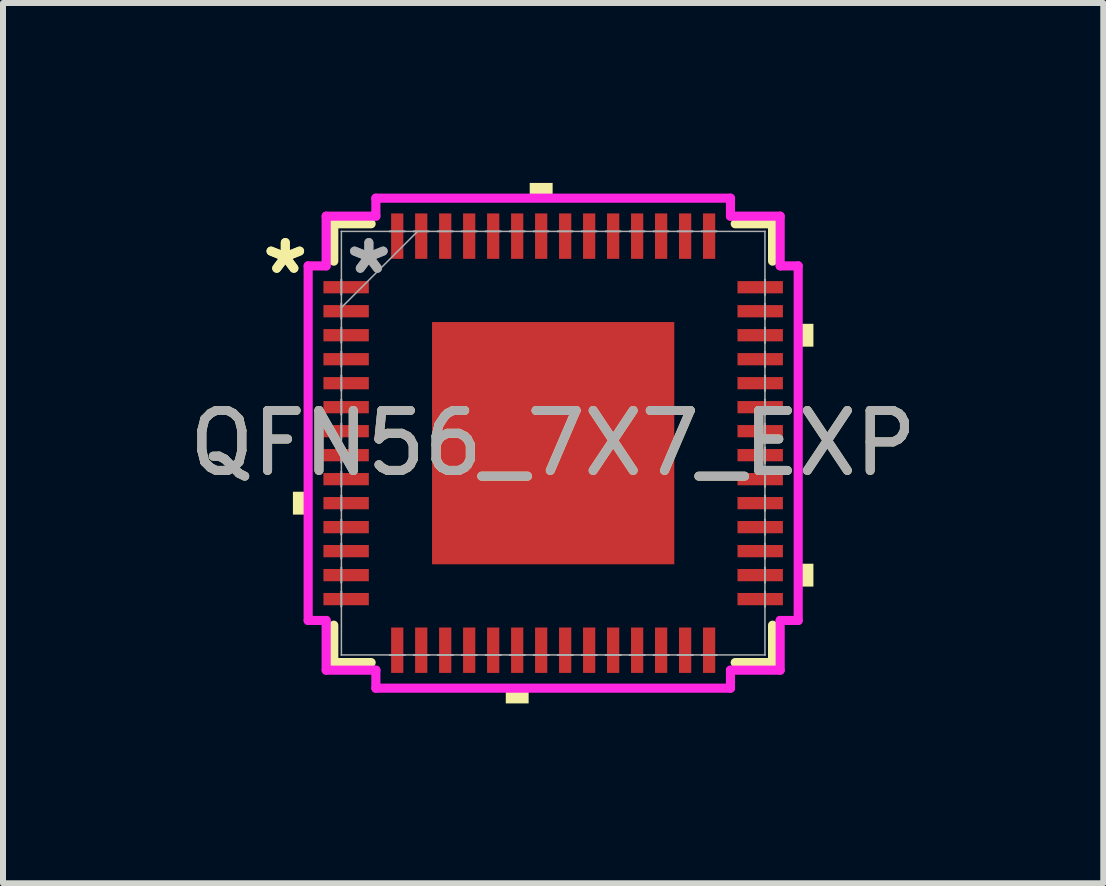
<source format=kicad_pcb>
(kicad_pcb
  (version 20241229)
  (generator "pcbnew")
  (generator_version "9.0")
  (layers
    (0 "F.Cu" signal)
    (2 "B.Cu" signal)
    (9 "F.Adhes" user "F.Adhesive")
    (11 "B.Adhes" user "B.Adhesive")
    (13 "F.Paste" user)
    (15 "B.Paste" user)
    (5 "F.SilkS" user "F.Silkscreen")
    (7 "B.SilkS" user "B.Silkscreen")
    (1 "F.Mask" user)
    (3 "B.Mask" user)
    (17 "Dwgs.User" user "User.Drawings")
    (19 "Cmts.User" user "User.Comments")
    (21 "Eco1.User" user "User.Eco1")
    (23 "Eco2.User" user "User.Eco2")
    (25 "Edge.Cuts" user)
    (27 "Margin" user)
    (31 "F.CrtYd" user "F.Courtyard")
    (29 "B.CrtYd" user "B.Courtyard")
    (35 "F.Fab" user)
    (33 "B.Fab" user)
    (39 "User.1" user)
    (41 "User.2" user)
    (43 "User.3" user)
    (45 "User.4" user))
  (footprint "QFN56_7X7_EXP"
    (layer "F.Cu")
    (at 6.173 4.339)
    (property "Reference" "QFN56_7X7_EXP" (at 0 0 0) (unlocked yes) (layer "F.SilkS") (effects (font (size 1 1) (thickness 0.15))))
    (attr smd)
    (fp_line (start -3.658 -3.658) (end -3.658 -3.035) (stroke (width 0.152) (type solid)) (layer "F.SilkS"))
    (fp_line (start -3.658 3.035) (end -3.658 3.658) (stroke (width 0.152) (type solid)) (layer "F.SilkS"))
    (fp_line (start -3.658 3.658) (end -3.035 3.658) (stroke (width 0.152) (type solid)) (layer "F.SilkS"))
    (fp_line (start -3.035 -3.658) (end -3.658 -3.658) (stroke (width 0.152) (type solid)) (layer "F.SilkS"))
    (fp_line (start 3.035 3.658) (end 3.658 3.658) (stroke (width 0.152) (type solid)) (layer "F.SilkS"))
    (fp_line (start 3.658 -3.658) (end 3.035 -3.658) (stroke (width 0.152) (type solid)) (layer "F.SilkS"))
    (fp_line (start 3.658 -3.035) (end 3.658 -3.658) (stroke (width 0.152) (type solid)) (layer "F.SilkS"))
    (fp_line (start 3.658 3.658) (end 3.658 3.035) (stroke (width 0.152) (type solid)) (layer "F.SilkS"))
    (fp_poly (pts (xy -4.339 0.81) (xy -4.339 1.191) (xy -4.085 1.191) (xy -4.085 0.81)) (stroke (width 0) (type solid)) (fill yes) (layer "F.SilkS"))
    (fp_poly (pts (xy -0.79 4.085) (xy -0.79 4.339) (xy -0.409 4.339) (xy -0.409 4.085)) (stroke (width 0) (type solid)) (fill yes) (layer "F.SilkS"))
    (fp_poly (pts (xy -0.391 -4.085) (xy -0.391 -4.339) (xy -0.009 -4.339) (xy -0.009 -4.085)) (stroke (width 0) (type solid)) (fill yes) (layer "F.SilkS"))
    (fp_poly (pts (xy 4.339 -1.99) (xy 4.339 -1.609) (xy 4.085 -1.609) (xy 4.085 -1.99)) (stroke (width 0) (type solid)) (fill yes) (layer "F.SilkS"))
    (fp_poly (pts (xy 4.339 2.01) (xy 4.339 2.391) (xy 4.085 2.391) (xy 4.085 2.01)) (stroke (width 0) (type solid)) (fill yes) (layer "F.SilkS"))
    (fp_poly (pts (xy -1.919 -1.919) (xy -1.919 -0.773) (xy -0.773 -0.773) (xy -0.773 -1.919)) (stroke (width 0) (type solid)) (fill yes) (layer "F.Paste"))
    (fp_poly (pts (xy -1.919 -0.573) (xy -1.919 0.573) (xy -0.773 0.573) (xy -0.773 -0.573)) (stroke (width 0) (type solid)) (fill yes) (layer "F.Paste"))
    (fp_poly (pts (xy -1.919 0.773) (xy -1.919 1.919) (xy -0.773 1.919) (xy -0.773 0.773)) (stroke (width 0) (type solid)) (fill yes) (layer "F.Paste"))
    (fp_poly (pts (xy -0.573 -1.919) (xy -0.573 -0.773) (xy 0.573 -0.773) (xy 0.573 -1.919)) (stroke (width 0) (type solid)) (fill yes) (layer "F.Paste"))
    (fp_poly (pts (xy -0.573 -0.573) (xy -0.573 0.573) (xy 0.573 0.573) (xy 0.573 -0.573)) (stroke (width 0) (type solid)) (fill yes) (layer "F.Paste"))
    (fp_poly (pts (xy -0.573 0.773) (xy -0.573 1.919) (xy 0.573 1.919) (xy 0.573 0.773)) (stroke (width 0) (type solid)) (fill yes) (layer "F.Paste"))
    (fp_poly (pts (xy 0.773 -1.919) (xy 0.773 -0.773) (xy 1.919 -0.773) (xy 1.919 -1.919)) (stroke (width 0) (type solid)) (fill yes) (layer "F.Paste"))
    (fp_poly (pts (xy 0.773 -0.573) (xy 0.773 0.573) (xy 1.919 0.573) (xy 1.919 -0.573)) (stroke (width 0) (type solid)) (fill yes) (layer "F.Paste"))
    (fp_poly (pts (xy 0.773 0.773) (xy 0.773 1.919) (xy 1.919 1.919) (xy 1.919 0.773)) (stroke (width 0) (type solid)) (fill yes) (layer "F.Paste"))
    (fp_line (start -4.085 -2.956) (end -3.785 -2.956) (stroke (width 0.152) (type solid)) (layer "F.CrtYd"))
    (fp_line (start -4.085 2.956) (end -4.085 -2.956) (stroke (width 0.152) (type solid)) (layer "F.CrtYd"))
    (fp_line (start -3.785 -3.785) (end -2.956 -3.785) (stroke (width 0.152) (type solid)) (layer "F.CrtYd"))
    (fp_line (start -3.785 -2.956) (end -3.785 -3.785) (stroke (width 0.152) (type solid)) (layer "F.CrtYd"))
    (fp_line (start -3.785 2.956) (end -4.085 2.956) (stroke (width 0.152) (type solid)) (layer "F.CrtYd"))
    (fp_line (start -3.785 3.785) (end -3.785 2.956) (stroke (width 0.152) (type solid)) (layer "F.CrtYd"))
    (fp_line (start -2.956 -4.085) (end 2.956 -4.085) (stroke (width 0.152) (type solid)) (layer "F.CrtYd"))
    (fp_line (start -2.956 -3.785) (end -2.956 -4.085) (stroke (width 0.152) (type solid)) (layer "F.CrtYd"))
    (fp_line (start -2.956 3.785) (end -3.785 3.785) (stroke (width 0.152) (type solid)) (layer "F.CrtYd"))
    (fp_line (start -2.956 4.085) (end -2.956 3.785) (stroke (width 0.152) (type solid)) (layer "F.CrtYd"))
    (fp_line (start 2.956 -4.085) (end 2.956 -3.785) (stroke (width 0.152) (type solid)) (layer "F.CrtYd"))
    (fp_line (start 2.956 -3.785) (end 3.785 -3.785) (stroke (width 0.152) (type solid)) (layer "F.CrtYd"))
    (fp_line (start 2.956 3.785) (end 2.956 4.085) (stroke (width 0.152) (type solid)) (layer "F.CrtYd"))
    (fp_line (start 2.956 4.085) (end -2.956 4.085) (stroke (width 0.152) (type solid)) (layer "F.CrtYd"))
    (fp_line (start 3.785 -3.785) (end 3.785 -2.956) (stroke (width 0.152) (type solid)) (layer "F.CrtYd"))
    (fp_line (start 3.785 -2.956) (end 4.085 -2.956) (stroke (width 0.152) (type solid)) (layer "F.CrtYd"))
    (fp_line (start 3.785 2.956) (end 3.785 3.785) (stroke (width 0.152) (type solid)) (layer "F.CrtYd"))
    (fp_line (start 3.785 3.785) (end 2.956 3.785) (stroke (width 0.152) (type solid)) (layer "F.CrtYd"))
    (fp_line (start 4.085 -2.956) (end 4.085 2.956) (stroke (width 0.152) (type solid)) (layer "F.CrtYd"))
    (fp_line (start 4.085 2.956) (end 3.785 2.956) (stroke (width 0.152) (type solid)) (layer "F.CrtYd"))
    (fp_line (start -3.531 -3.531) (end -3.531 -3.531) (stroke (width 0.025) (type solid)) (layer "F.Fab"))
    (fp_line (start -3.531 -3.531) (end -3.531 3.531) (stroke (width 0.025) (type solid)) (layer "F.Fab"))
    (fp_line (start -3.531 -2.727) (end -3.531 -2.727) (stroke (width 0.025) (type solid)) (layer "F.Fab"))
    (fp_line (start -3.531 -2.727) (end -3.531 -2.473) (stroke (width 0.025) (type solid)) (layer "F.Fab"))
    (fp_line (start -3.531 -2.473) (end -3.531 -2.727) (stroke (width 0.025) (type solid)) (layer "F.Fab"))
    (fp_line (start -3.531 -2.473) (end -3.531 -2.473) (stroke (width 0.025) (type solid)) (layer "F.Fab"))
    (fp_line (start -3.531 -2.327) (end -3.531 -2.327) (stroke (width 0.025) (type solid)) (layer "F.Fab"))
    (fp_line (start -3.531 -2.327) (end -3.531 -2.073) (stroke (width 0.025) (type solid)) (layer "F.Fab"))
    (fp_line (start -3.531 -2.261) (end -2.261 -3.531) (stroke (width 0.025) (type solid)) (layer "F.Fab"))
    (fp_line (start -3.531 -2.073) (end -3.531 -2.327) (stroke (width 0.025) (type solid)) (layer "F.Fab"))
    (fp_line (start -3.531 -2.073) (end -3.531 -2.073) (stroke (width 0.025) (type solid)) (layer "F.Fab"))
    (fp_line (start -3.531 -1.927) (end -3.531 -1.927) (stroke (width 0.025) (type solid)) (layer "F.Fab"))
    (fp_line (start -3.531 -1.927) (end -3.531 -1.673) (stroke (width 0.025) (type solid)) (layer "F.Fab"))
    (fp_line (start -3.531 -1.673) (end -3.531 -1.927) (stroke (width 0.025) (type solid)) (layer "F.Fab"))
    (fp_line (start -3.531 -1.673) (end -3.531 -1.673) (stroke (width 0.025) (type solid)) (layer "F.Fab"))
    (fp_line (start -3.531 -1.527) (end -3.531 -1.527) (stroke (width 0.025) (type solid)) (layer "F.Fab"))
    (fp_line (start -3.531 -1.527) (end -3.531 -1.273) (stroke (width 0.025) (type solid)) (layer "F.Fab"))
    (fp_line (start -3.531 -1.273) (end -3.531 -1.527) (stroke (width 0.025) (type solid)) (layer "F.Fab"))
    (fp_line (start -3.531 -1.273) (end -3.531 -1.273) (stroke (width 0.025) (type solid)) (layer "F.Fab"))
    (fp_line (start -3.531 -1.127) (end -3.531 -1.127) (stroke (width 0.025) (type solid)) (layer "F.Fab"))
    (fp_line (start -3.531 -1.127) (end -3.531 -0.873) (stroke (width 0.025) (type solid)) (layer "F.Fab"))
    (fp_line (start -3.531 -0.873) (end -3.531 -1.127) (stroke (width 0.025) (type solid)) (layer "F.Fab"))
    (fp_line (start -3.531 -0.873) (end -3.531 -0.873) (stroke (width 0.025) (type solid)) (layer "F.Fab"))
    (fp_line (start -3.531 -0.727) (end -3.531 -0.727) (stroke (width 0.025) (type solid)) (layer "F.Fab"))
    (fp_line (start -3.531 -0.727) (end -3.531 -0.473) (stroke (width 0.025) (type solid)) (layer "F.Fab"))
    (fp_line (start -3.531 -0.473) (end -3.531 -0.727) (stroke (width 0.025) (type solid)) (layer "F.Fab"))
    (fp_line (start -3.531 -0.473) (end -3.531 -0.473) (stroke (width 0.025) (type solid)) (layer "F.Fab"))
    (fp_line (start -3.531 -0.327) (end -3.531 -0.327) (stroke (width 0.025) (type solid)) (layer "F.Fab"))
    (fp_line (start -3.531 -0.327) (end -3.531 -0.073) (stroke (width 0.025) (type solid)) (layer "F.Fab"))
    (fp_line (start -3.531 -0.073) (end -3.531 -0.327) (stroke (width 0.025) (type solid)) (layer "F.Fab"))
    (fp_line (start -3.531 -0.073) (end -3.531 -0.073) (stroke (width 0.025) (type solid)) (layer "F.Fab"))
    (fp_line (start -3.531 0.073) (end -3.531 0.073) (stroke (width 0.025) (type solid)) (layer "F.Fab"))
    (fp_line (start -3.531 0.073) (end -3.531 0.327) (stroke (width 0.025) (type solid)) (layer "F.Fab"))
    (fp_line (start -3.531 0.327) (end -3.531 0.073) (stroke (width 0.025) (type solid)) (layer "F.Fab"))
    (fp_line (start -3.531 0.327) (end -3.531 0.327) (stroke (width 0.025) (type solid)) (layer "F.Fab"))
    (fp_line (start -3.531 0.473) (end -3.531 0.473) (stroke (width 0.025) (type solid)) (layer "F.Fab"))
    (fp_line (start -3.531 0.473) (end -3.531 0.727) (stroke (width 0.025) (type solid)) (layer "F.Fab"))
    (fp_line (start -3.531 0.727) (end -3.531 0.473) (stroke (width 0.025) (type solid)) (layer "F.Fab"))
    (fp_line (start -3.531 0.727) (end -3.531 0.727) (stroke (width 0.025) (type solid)) (layer "F.Fab"))
    (fp_line (start -3.531 0.873) (end -3.531 0.873) (stroke (width 0.025) (type solid)) (layer "F.Fab"))
    (fp_line (start -3.531 0.873) (end -3.531 1.127) (stroke (width 0.025) (type solid)) (layer "F.Fab"))
    (fp_line (start -3.531 1.127) (end -3.531 0.873) (stroke (width 0.025) (type solid)) (layer "F.Fab"))
    (fp_line (start -3.531 1.127) (end -3.531 1.127) (stroke (width 0.025) (type solid)) (layer "F.Fab"))
    (fp_line (start -3.531 1.273) (end -3.531 1.273) (stroke (width 0.025) (type solid)) (layer "F.Fab"))
    (fp_line (start -3.531 1.273) (end -3.531 1.527) (stroke (width 0.025) (type solid)) (layer "F.Fab"))
    (fp_line (start -3.531 1.527) (end -3.531 1.273) (stroke (width 0.025) (type solid)) (layer "F.Fab"))
    (fp_line (start -3.531 1.527) (end -3.531 1.527) (stroke (width 0.025) (type solid)) (layer "F.Fab"))
    (fp_line (start -3.531 1.673) (end -3.531 1.673) (stroke (width 0.025) (type solid)) (layer "F.Fab"))
    (fp_line (start -3.531 1.673) (end -3.531 1.927) (stroke (width 0.025) (type solid)) (layer "F.Fab"))
    (fp_line (start -3.531 1.927) (end -3.531 1.673) (stroke (width 0.025) (type solid)) (layer "F.Fab"))
    (fp_line (start -3.531 1.927) (end -3.531 1.927) (stroke (width 0.025) (type solid)) (layer "F.Fab"))
    (fp_line (start -3.531 2.073) (end -3.531 2.073) (stroke (width 0.025) (type solid)) (layer "F.Fab"))
    (fp_line (start -3.531 2.073) (end -3.531 2.327) (stroke (width 0.025) (type solid)) (layer "F.Fab"))
    (fp_line (start -3.531 2.327) (end -3.531 2.073) (stroke (width 0.025) (type solid)) (layer "F.Fab"))
    (fp_line (start -3.531 2.327) (end -3.531 2.327) (stroke (width 0.025) (type solid)) (layer "F.Fab"))
    (fp_line (start -3.531 2.473) (end -3.531 2.473) (stroke (width 0.025) (type solid)) (layer "F.Fab"))
    (fp_line (start -3.531 2.473) (end -3.531 2.727) (stroke (width 0.025) (type solid)) (layer "F.Fab"))
    (fp_line (start -3.531 2.727) (end -3.531 2.473) (stroke (width 0.025) (type solid)) (layer "F.Fab"))
    (fp_line (start -3.531 2.727) (end -3.531 2.727) (stroke (width 0.025) (type solid)) (layer "F.Fab"))
    (fp_line (start -3.531 3.531) (end -3.531 3.531) (stroke (width 0.025) (type solid)) (layer "F.Fab"))
    (fp_line (start -3.531 3.531) (end 3.531 3.531) (stroke (width 0.025) (type solid)) (layer "F.Fab"))
    (fp_line (start -2.727 -3.531) (end -2.727 -3.531) (stroke (width 0.025) (type solid)) (layer "F.Fab"))
    (fp_line (start -2.727 -3.531) (end -2.473 -3.531) (stroke (width 0.025) (type solid)) (layer "F.Fab"))
    (fp_line (start -2.727 3.531) (end -2.727 3.531) (stroke (width 0.025) (type solid)) (layer "F.Fab"))
    (fp_line (start -2.727 3.531) (end -2.473 3.531) (stroke (width 0.025) (type solid)) (layer "F.Fab"))
    (fp_line (start -2.473 -3.531) (end -2.727 -3.531) (stroke (width 0.025) (type solid)) (layer "F.Fab"))
    (fp_line (start -2.473 -3.531) (end -2.473 -3.531) (stroke (width 0.025) (type solid)) (layer "F.Fab"))
    (fp_line (start -2.473 3.531) (end -2.727 3.531) (stroke (width 0.025) (type solid)) (layer "F.Fab"))
    (fp_line (start -2.473 3.531) (end -2.473 3.531) (stroke (width 0.025) (type solid)) (layer "F.Fab"))
    (fp_line (start -2.327 -3.531) (end -2.327 -3.531) (stroke (width 0.025) (type solid)) (layer "F.Fab"))
    (fp_line (start -2.327 -3.531) (end -2.073 -3.531) (stroke (width 0.025) (type solid)) (layer "F.Fab"))
    (fp_line (start -2.327 3.531) (end -2.327 3.531) (stroke (width 0.025) (type solid)) (layer "F.Fab"))
    (fp_line (start -2.327 3.531) (end -2.073 3.531) (stroke (width 0.025) (type solid)) (layer "F.Fab"))
    (fp_line (start -2.073 -3.531) (end -2.327 -3.531) (stroke (width 0.025) (type solid)) (layer "F.Fab"))
    (fp_line (start -2.073 -3.531) (end -2.073 -3.531) (stroke (width 0.025) (type solid)) (layer "F.Fab"))
    (fp_line (start -2.073 3.531) (end -2.327 3.531) (stroke (width 0.025) (type solid)) (layer "F.Fab"))
    (fp_line (start -2.073 3.531) (end -2.073 3.531) (stroke (width 0.025) (type solid)) (layer "F.Fab"))
    (fp_line (start -1.927 -3.531) (end -1.927 -3.531) (stroke (width 0.025) (type solid)) (layer "F.Fab"))
    (fp_line (start -1.927 -3.531) (end -1.673 -3.531) (stroke (width 0.025) (type solid)) (layer "F.Fab"))
    (fp_line (start -1.927 3.531) (end -1.927 3.531) (stroke (width 0.025) (type solid)) (layer "F.Fab"))
    (fp_line (start -1.927 3.531) (end -1.673 3.531) (stroke (width 0.025) (type solid)) (layer "F.Fab"))
    (fp_line (start -1.673 -3.531) (end -1.927 -3.531) (stroke (width 0.025) (type solid)) (layer "F.Fab"))
    (fp_line (start -1.673 -3.531) (end -1.673 -3.531) (stroke (width 0.025) (type solid)) (layer "F.Fab"))
    (fp_line (start -1.673 3.531) (end -1.927 3.531) (stroke (width 0.025) (type solid)) (layer "F.Fab"))
    (fp_line (start -1.673 3.531) (end -1.673 3.531) (stroke (width 0.025) (type solid)) (layer "F.Fab"))
    (fp_line (start -1.527 -3.531) (end -1.527 -3.531) (stroke (width 0.025) (type solid)) (layer "F.Fab"))
    (fp_line (start -1.527 -3.531) (end -1.273 -3.531) (stroke (width 0.025) (type solid)) (layer "F.Fab"))
    (fp_line (start -1.527 3.531) (end -1.527 3.531) (stroke (width 0.025) (type solid)) (layer "F.Fab"))
    (fp_line (start -1.527 3.531) (end -1.273 3.531) (stroke (width 0.025) (type solid)) (layer "F.Fab"))
    (fp_line (start -1.273 -3.531) (end -1.527 -3.531) (stroke (width 0.025) (type solid)) (layer "F.Fab"))
    (fp_line (start -1.273 -3.531) (end -1.273 -3.531) (stroke (width 0.025) (type solid)) (layer "F.Fab"))
    (fp_line (start -1.273 3.531) (end -1.527 3.531) (stroke (width 0.025) (type solid)) (layer "F.Fab"))
    (fp_line (start -1.273 3.531) (end -1.273 3.531) (stroke (width 0.025) (type solid)) (layer "F.Fab"))
    (fp_line (start -1.127 -3.531) (end -1.127 -3.531) (stroke (width 0.025) (type solid)) (layer "F.Fab"))
    (fp_line (start -1.127 -3.531) (end -0.873 -3.531) (stroke (width 0.025) (type solid)) (layer "F.Fab"))
    (fp_line (start -1.127 3.531) (end -1.127 3.531) (stroke (width 0.025) (type solid)) (layer "F.Fab"))
    (fp_line (start -1.127 3.531) (end -0.873 3.531) (stroke (width 0.025) (type solid)) (layer "F.Fab"))
    (fp_line (start -0.873 -3.531) (end -1.127 -3.531) (stroke (width 0.025) (type solid)) (layer "F.Fab"))
    (fp_line (start -0.873 -3.531) (end -0.873 -3.531) (stroke (width 0.025) (type solid)) (layer "F.Fab"))
    (fp_line (start -0.873 3.531) (end -1.127 3.531) (stroke (width 0.025) (type solid)) (layer "F.Fab"))
    (fp_line (start -0.873 3.531) (end -0.873 3.531) (stroke (width 0.025) (type solid)) (layer "F.Fab"))
    (fp_line (start -0.727 -3.531) (end -0.727 -3.531) (stroke (width 0.025) (type solid)) (layer "F.Fab"))
    (fp_line (start -0.727 -3.531) (end -0.473 -3.531) (stroke (width 0.025) (type solid)) (layer "F.Fab"))
    (fp_line (start -0.727 3.531) (end -0.727 3.531) (stroke (width 0.025) (type solid)) (layer "F.Fab"))
    (fp_line (start -0.727 3.531) (end -0.473 3.531) (stroke (width 0.025) (type solid)) (layer "F.Fab"))
    (fp_line (start -0.473 -3.531) (end -0.727 -3.531) (stroke (width 0.025) (type solid)) (layer "F.Fab"))
    (fp_line (start -0.473 -3.531) (end -0.473 -3.531) (stroke (width 0.025) (type solid)) (layer "F.Fab"))
    (fp_line (start -0.473 3.531) (end -0.727 3.531) (stroke (width 0.025) (type solid)) (layer "F.Fab"))
    (fp_line (start -0.473 3.531) (end -0.473 3.531) (stroke (width 0.025) (type solid)) (layer "F.Fab"))
    (fp_line (start -0.327 -3.531) (end -0.327 -3.531) (stroke (width 0.025) (type solid)) (layer "F.Fab"))
    (fp_line (start -0.327 -3.531) (end -0.073 -3.531) (stroke (width 0.025) (type solid)) (layer "F.Fab"))
    (fp_line (start -0.327 3.531) (end -0.327 3.531) (stroke (width 0.025) (type solid)) (layer "F.Fab"))
    (fp_line (start -0.327 3.531) (end -0.073 3.531) (stroke (width 0.025) (type solid)) (layer "F.Fab"))
    (fp_line (start -0.073 -3.531) (end -0.327 -3.531) (stroke (width 0.025) (type solid)) (layer "F.Fab"))
    (fp_line (start -0.073 -3.531) (end -0.073 -3.531) (stroke (width 0.025) (type solid)) (layer "F.Fab"))
    (fp_line (start -0.073 3.531) (end -0.327 3.531) (stroke (width 0.025) (type solid)) (layer "F.Fab"))
    (fp_line (start -0.073 3.531) (end -0.073 3.531) (stroke (width 0.025) (type solid)) (layer "F.Fab"))
    (fp_line (start 0.073 -3.531) (end 0.073 -3.531) (stroke (width 0.025) (type solid)) (layer "F.Fab"))
    (fp_line (start 0.073 -3.531) (end 0.327 -3.531) (stroke (width 0.025) (type solid)) (layer "F.Fab"))
    (fp_line (start 0.073 3.531) (end 0.073 3.531) (stroke (width 0.025) (type solid)) (layer "F.Fab"))
    (fp_line (start 0.073 3.531) (end 0.327 3.531) (stroke (width 0.025) (type solid)) (layer "F.Fab"))
    (fp_line (start 0.327 -3.531) (end 0.073 -3.531) (stroke (width 0.025) (type solid)) (layer "F.Fab"))
    (fp_line (start 0.327 -3.531) (end 0.327 -3.531) (stroke (width 0.025) (type solid)) (layer "F.Fab"))
    (fp_line (start 0.327 3.531) (end 0.073 3.531) (stroke (width 0.025) (type solid)) (layer "F.Fab"))
    (fp_line (start 0.327 3.531) (end 0.327 3.531) (stroke (width 0.025) (type solid)) (layer "F.Fab"))
    (fp_line (start 0.473 -3.531) (end 0.473 -3.531) (stroke (width 0.025) (type solid)) (layer "F.Fab"))
    (fp_line (start 0.473 -3.531) (end 0.727 -3.531) (stroke (width 0.025) (type solid)) (layer "F.Fab"))
    (fp_line (start 0.473 3.531) (end 0.473 3.531) (stroke (width 0.025) (type solid)) (layer "F.Fab"))
    (fp_line (start 0.473 3.531) (end 0.727 3.531) (stroke (width 0.025) (type solid)) (layer "F.Fab"))
    (fp_line (start 0.727 -3.531) (end 0.473 -3.531) (stroke (width 0.025) (type solid)) (layer "F.Fab"))
    (fp_line (start 0.727 -3.531) (end 0.727 -3.531) (stroke (width 0.025) (type solid)) (layer "F.Fab"))
    (fp_line (start 0.727 3.531) (end 0.473 3.531) (stroke (width 0.025) (type solid)) (layer "F.Fab"))
    (fp_line (start 0.727 3.531) (end 0.727 3.531) (stroke (width 0.025) (type solid)) (layer "F.Fab"))
    (fp_line (start 0.873 -3.531) (end 0.873 -3.531) (stroke (width 0.025) (type solid)) (layer "F.Fab"))
    (fp_line (start 0.873 -3.531) (end 1.127 -3.531) (stroke (width 0.025) (type solid)) (layer "F.Fab"))
    (fp_line (start 0.873 3.531) (end 0.873 3.531) (stroke (width 0.025) (type solid)) (layer "F.Fab"))
    (fp_line (start 0.873 3.531) (end 1.127 3.531) (stroke (width 0.025) (type solid)) (layer "F.Fab"))
    (fp_line (start 1.127 -3.531) (end 0.873 -3.531) (stroke (width 0.025) (type solid)) (layer "F.Fab"))
    (fp_line (start 1.127 -3.531) (end 1.127 -3.531) (stroke (width 0.025) (type solid)) (layer "F.Fab"))
    (fp_line (start 1.127 3.531) (end 0.873 3.531) (stroke (width 0.025) (type solid)) (layer "F.Fab"))
    (fp_line (start 1.127 3.531) (end 1.127 3.531) (stroke (width 0.025) (type solid)) (layer "F.Fab"))
    (fp_line (start 1.273 -3.531) (end 1.273 -3.531) (stroke (width 0.025) (type solid)) (layer "F.Fab"))
    (fp_line (start 1.273 -3.531) (end 1.527 -3.531) (stroke (width 0.025) (type solid)) (layer "F.Fab"))
    (fp_line (start 1.273 3.531) (end 1.273 3.531) (stroke (width 0.025) (type solid)) (layer "F.Fab"))
    (fp_line (start 1.273 3.531) (end 1.527 3.531) (stroke (width 0.025) (type solid)) (layer "F.Fab"))
    (fp_line (start 1.527 -3.531) (end 1.273 -3.531) (stroke (width 0.025) (type solid)) (layer "F.Fab"))
    (fp_line (start 1.527 -3.531) (end 1.527 -3.531) (stroke (width 0.025) (type solid)) (layer "F.Fab"))
    (fp_line (start 1.527 3.531) (end 1.273 3.531) (stroke (width 0.025) (type solid)) (layer "F.Fab"))
    (fp_line (start 1.527 3.531) (end 1.527 3.531) (stroke (width 0.025) (type solid)) (layer "F.Fab"))
    (fp_line (start 1.673 -3.531) (end 1.673 -3.531) (stroke (width 0.025) (type solid)) (layer "F.Fab"))
    (fp_line (start 1.673 -3.531) (end 1.927 -3.531) (stroke (width 0.025) (type solid)) (layer "F.Fab"))
    (fp_line (start 1.673 3.531) (end 1.673 3.531) (stroke (width 0.025) (type solid)) (layer "F.Fab"))
    (fp_line (start 1.673 3.531) (end 1.927 3.531) (stroke (width 0.025) (type solid)) (layer "F.Fab"))
    (fp_line (start 1.927 -3.531) (end 1.673 -3.531) (stroke (width 0.025) (type solid)) (layer "F.Fab"))
    (fp_line (start 1.927 -3.531) (end 1.927 -3.531) (stroke (width 0.025) (type solid)) (layer "F.Fab"))
    (fp_line (start 1.927 3.531) (end 1.673 3.531) (stroke (width 0.025) (type solid)) (layer "F.Fab"))
    (fp_line (start 1.927 3.531) (end 1.927 3.531) (stroke (width 0.025) (type solid)) (layer "F.Fab"))
    (fp_line (start 2.073 -3.531) (end 2.073 -3.531) (stroke (width 0.025) (type solid)) (layer "F.Fab"))
    (fp_line (start 2.073 -3.531) (end 2.327 -3.531) (stroke (width 0.025) (type solid)) (layer "F.Fab"))
    (fp_line (start 2.073 3.531) (end 2.073 3.531) (stroke (width 0.025) (type solid)) (layer "F.Fab"))
    (fp_line (start 2.073 3.531) (end 2.327 3.531) (stroke (width 0.025) (type solid)) (layer "F.Fab"))
    (fp_line (start 2.327 -3.531) (end 2.073 -3.531) (stroke (width 0.025) (type solid)) (layer "F.Fab"))
    (fp_line (start 2.327 -3.531) (end 2.327 -3.531) (stroke (width 0.025) (type solid)) (layer "F.Fab"))
    (fp_line (start 2.327 3.531) (end 2.073 3.531) (stroke (width 0.025) (type solid)) (layer "F.Fab"))
    (fp_line (start 2.327 3.531) (end 2.327 3.531) (stroke (width 0.025) (type solid)) (layer "F.Fab"))
    (fp_line (start 2.473 -3.531) (end 2.473 -3.531) (stroke (width 0.025) (type solid)) (layer "F.Fab"))
    (fp_line (start 2.473 -3.531) (end 2.727 -3.531) (stroke (width 0.025) (type solid)) (layer "F.Fab"))
    (fp_line (start 2.473 3.531) (end 2.473 3.531) (stroke (width 0.025) (type solid)) (layer "F.Fab"))
    (fp_line (start 2.473 3.531) (end 2.727 3.531) (stroke (width 0.025) (type solid)) (layer "F.Fab"))
    (fp_line (start 2.727 -3.531) (end 2.473 -3.531) (stroke (width 0.025) (type solid)) (layer "F.Fab"))
    (fp_line (start 2.727 -3.531) (end 2.727 -3.531) (stroke (width 0.025) (type solid)) (layer "F.Fab"))
    (fp_line (start 2.727 3.531) (end 2.473 3.531) (stroke (width 0.025) (type solid)) (layer "F.Fab"))
    (fp_line (start 2.727 3.531) (end 2.727 3.531) (stroke (width 0.025) (type solid)) (layer "F.Fab"))
    (fp_line (start 3.531 -3.531) (end -3.531 -3.531) (stroke (width 0.025) (type solid)) (layer "F.Fab"))
    (fp_line (start 3.531 -3.531) (end 3.531 -3.531) (stroke (width 0.025) (type solid)) (layer "F.Fab"))
    (fp_line (start 3.531 -2.727) (end 3.531 -2.727) (stroke (width 0.025) (type solid)) (layer "F.Fab"))
    (fp_line (start 3.531 -2.727) (end 3.531 -2.473) (stroke (width 0.025) (type solid)) (layer "F.Fab"))
    (fp_line (start 3.531 -2.473) (end 3.531 -2.727) (stroke (width 0.025) (type solid)) (layer "F.Fab"))
    (fp_line (start 3.531 -2.473) (end 3.531 -2.473) (stroke (width 0.025) (type solid)) (layer "F.Fab"))
    (fp_line (start 3.531 -2.327) (end 3.531 -2.327) (stroke (width 0.025) (type solid)) (layer "F.Fab"))
    (fp_line (start 3.531 -2.327) (end 3.531 -2.073) (stroke (width 0.025) (type solid)) (layer "F.Fab"))
    (fp_line (start 3.531 -2.073) (end 3.531 -2.327) (stroke (width 0.025) (type solid)) (layer "F.Fab"))
    (fp_line (start 3.531 -2.073) (end 3.531 -2.073) (stroke (width 0.025) (type solid)) (layer "F.Fab"))
    (fp_line (start 3.531 -1.927) (end 3.531 -1.927) (stroke (width 0.025) (type solid)) (layer "F.Fab"))
    (fp_line (start 3.531 -1.927) (end 3.531 -1.673) (stroke (width 0.025) (type solid)) (layer "F.Fab"))
    (fp_line (start 3.531 -1.673) (end 3.531 -1.927) (stroke (width 0.025) (type solid)) (layer "F.Fab"))
    (fp_line (start 3.531 -1.673) (end 3.531 -1.673) (stroke (width 0.025) (type solid)) (layer "F.Fab"))
    (fp_line (start 3.531 -1.527) (end 3.531 -1.527) (stroke (width 0.025) (type solid)) (layer "F.Fab"))
    (fp_line (start 3.531 -1.527) (end 3.531 -1.273) (stroke (width 0.025) (type solid)) (layer "F.Fab"))
    (fp_line (start 3.531 -1.273) (end 3.531 -1.527) (stroke (width 0.025) (type solid)) (layer "F.Fab"))
    (fp_line (start 3.531 -1.273) (end 3.531 -1.273) (stroke (width 0.025) (type solid)) (layer "F.Fab"))
    (fp_line (start 3.531 -1.127) (end 3.531 -1.127) (stroke (width 0.025) (type solid)) (layer "F.Fab"))
    (fp_line (start 3.531 -1.127) (end 3.531 -0.873) (stroke (width 0.025) (type solid)) (layer "F.Fab"))
    (fp_line (start 3.531 -0.873) (end 3.531 -1.127) (stroke (width 0.025) (type solid)) (layer "F.Fab"))
    (fp_line (start 3.531 -0.873) (end 3.531 -0.873) (stroke (width 0.025) (type solid)) (layer "F.Fab"))
    (fp_line (start 3.531 -0.727) (end 3.531 -0.727) (stroke (width 0.025) (type solid)) (layer "F.Fab"))
    (fp_line (start 3.531 -0.727) (end 3.531 -0.473) (stroke (width 0.025) (type solid)) (layer "F.Fab"))
    (fp_line (start 3.531 -0.473) (end 3.531 -0.727) (stroke (width 0.025) (type solid)) (layer "F.Fab"))
    (fp_line (start 3.531 -0.473) (end 3.531 -0.473) (stroke (width 0.025) (type solid)) (layer "F.Fab"))
    (fp_line (start 3.531 -0.327) (end 3.531 -0.327) (stroke (width 0.025) (type solid)) (layer "F.Fab"))
    (fp_line (start 3.531 -0.327) (end 3.531 -0.073) (stroke (width 0.025) (type solid)) (layer "F.Fab"))
    (fp_line (start 3.531 -0.073) (end 3.531 -0.327) (stroke (width 0.025) (type solid)) (layer "F.Fab"))
    (fp_line (start 3.531 -0.073) (end 3.531 -0.073) (stroke (width 0.025) (type solid)) (layer "F.Fab"))
    (fp_line (start 3.531 0.073) (end 3.531 0.073) (stroke (width 0.025) (type solid)) (layer "F.Fab"))
    (fp_line (start 3.531 0.073) (end 3.531 0.327) (stroke (width 0.025) (type solid)) (layer "F.Fab"))
    (fp_line (start 3.531 0.327) (end 3.531 0.073) (stroke (width 0.025) (type solid)) (layer "F.Fab"))
    (fp_line (start 3.531 0.327) (end 3.531 0.327) (stroke (width 0.025) (type solid)) (layer "F.Fab"))
    (fp_line (start 3.531 0.473) (end 3.531 0.473) (stroke (width 0.025) (type solid)) (layer "F.Fab"))
    (fp_line (start 3.531 0.473) (end 3.531 0.727) (stroke (width 0.025) (type solid)) (layer "F.Fab"))
    (fp_line (start 3.531 0.727) (end 3.531 0.473) (stroke (width 0.025) (type solid)) (layer "F.Fab"))
    (fp_line (start 3.531 0.727) (end 3.531 0.727) (stroke (width 0.025) (type solid)) (layer "F.Fab"))
    (fp_line (start 3.531 0.873) (end 3.531 0.873) (stroke (width 0.025) (type solid)) (layer "F.Fab"))
    (fp_line (start 3.531 0.873) (end 3.531 1.127) (stroke (width 0.025) (type solid)) (layer "F.Fab"))
    (fp_line (start 3.531 1.127) (end 3.531 0.873) (stroke (width 0.025) (type solid)) (layer "F.Fab"))
    (fp_line (start 3.531 1.127) (end 3.531 1.127) (stroke (width 0.025) (type solid)) (layer "F.Fab"))
    (fp_line (start 3.531 1.273) (end 3.531 1.273) (stroke (width 0.025) (type solid)) (layer "F.Fab"))
    (fp_line (start 3.531 1.273) (end 3.531 1.527) (stroke (width 0.025) (type solid)) (layer "F.Fab"))
    (fp_line (start 3.531 1.527) (end 3.531 1.273) (stroke (width 0.025) (type solid)) (layer "F.Fab"))
    (fp_line (start 3.531 1.527) (end 3.531 1.527) (stroke (width 0.025) (type solid)) (layer "F.Fab"))
    (fp_line (start 3.531 1.673) (end 3.531 1.673) (stroke (width 0.025) (type solid)) (layer "F.Fab"))
    (fp_line (start 3.531 1.673) (end 3.531 1.927) (stroke (width 0.025) (type solid)) (layer "F.Fab"))
    (fp_line (start 3.531 1.927) (end 3.531 1.673) (stroke (width 0.025) (type solid)) (layer "F.Fab"))
    (fp_line (start 3.531 1.927) (end 3.531 1.927) (stroke (width 0.025) (type solid)) (layer "F.Fab"))
    (fp_line (start 3.531 2.073) (end 3.531 2.073) (stroke (width 0.025) (type solid)) (layer "F.Fab"))
    (fp_line (start 3.531 2.073) (end 3.531 2.327) (stroke (width 0.025) (type solid)) (layer "F.Fab"))
    (fp_line (start 3.531 2.327) (end 3.531 2.073) (stroke (width 0.025) (type solid)) (layer "F.Fab"))
    (fp_line (start 3.531 2.327) (end 3.531 2.327) (stroke (width 0.025) (type solid)) (layer "F.Fab"))
    (fp_line (start 3.531 2.473) (end 3.531 2.473) (stroke (width 0.025) (type solid)) (layer "F.Fab"))
    (fp_line (start 3.531 2.473) (end 3.531 2.727) (stroke (width 0.025) (type solid)) (layer "F.Fab"))
    (fp_line (start 3.531 2.727) (end 3.531 2.473) (stroke (width 0.025) (type solid)) (layer "F.Fab"))
    (fp_line (start 3.531 2.727) (end 3.531 2.727) (stroke (width 0.025) (type solid)) (layer "F.Fab"))
    (fp_line (start 3.531 3.531) (end 3.531 -3.531) (stroke (width 0.025) (type solid)) (layer "F.Fab"))
    (fp_line (start 3.531 3.531) (end 3.531 3.531) (stroke (width 0.025) (type solid)) (layer "F.Fab"))
    (fp_text user "*" (at -4.466 -2.8 0) (unlocked yes) (layer "F.SilkS") (effects (font (size 1 1) (thickness 0.15))))
    (fp_text user "*" (at -4.466 -2.8 0) (layer "F.SilkS") (effects (font (size 1 1) (thickness 0.15))))
    (fp_text user "*" (at -3.073 -2.8 0) (unlocked yes) (layer "F.Fab") (effects (font (size 1 1) (thickness 0.15))))
    (fp_text user "${REFERENCE}" (at 0 0 0) (unlocked yes) (layer "F.Fab") (effects (font (size 1 1) (thickness 0.15))))
    (fp_text user "*" (at -3.073 -2.8 0) (layer "F.Fab") (effects (font (size 1 1) (thickness 0.15))))
    (pad "1" smd rect (at -3.452 -2.6 90) (size 0.204 0.757) (layers "F.Cu" "F.Mask" "F.Paste"))
    (pad "2" smd rect (at -3.452 -2.2 90) (size 0.204 0.757) (layers "F.Cu" "F.Mask" "F.Paste"))
    (pad "3" smd rect (at -3.452 -1.8 90) (size 0.204 0.757) (layers "F.Cu" "F.Mask" "F.Paste"))
    (pad "4" smd rect (at -3.452 -1.4 90) (size 0.204 0.757) (layers "F.Cu" "F.Mask" "F.Paste"))
    (pad "5" smd rect (at -3.452 -1 90) (size 0.204 0.757) (layers "F.Cu" "F.Mask" "F.Paste"))
    (pad "6" smd rect (at -3.452 -0.6 90) (size 0.204 0.757) (layers "F.Cu" "F.Mask" "F.Paste"))
    (pad "7" smd rect (at -3.452 -0.2 90) (size 0.204 0.757) (layers "F.Cu" "F.Mask" "F.Paste"))
    (pad "8" smd rect (at -3.452 0.2 90) (size 0.204 0.757) (layers "F.Cu" "F.Mask" "F.Paste"))
    (pad "9" smd rect (at -3.452 0.6 90) (size 0.204 0.757) (layers "F.Cu" "F.Mask" "F.Paste"))
    (pad "10" smd rect (at -3.452 1 90) (size 0.204 0.757) (layers "F.Cu" "F.Mask" "F.Paste"))
    (pad "11" smd rect (at -3.452 1.4 90) (size 0.204 0.757) (layers "F.Cu" "F.Mask" "F.Paste"))
    (pad "12" smd rect (at -3.452 1.8 90) (size 0.204 0.757) (layers "F.Cu" "F.Mask" "F.Paste"))
    (pad "13" smd rect (at -3.452 2.2 90) (size 0.204 0.757) (layers "F.Cu" "F.Mask" "F.Paste"))
    (pad "14" smd rect (at -3.452 2.6 90) (size 0.204 0.757) (layers "F.Cu" "F.Mask" "F.Paste"))
    (pad "15" smd rect (at -2.6 3.452) (size 0.204 0.757) (layers "F.Cu" "F.Mask" "F.Paste"))
    (pad "16" smd rect (at -2.2 3.452) (size 0.204 0.757) (layers "F.Cu" "F.Mask" "F.Paste"))
    (pad "17" smd rect (at -1.8 3.452) (size 0.204 0.757) (layers "F.Cu" "F.Mask" "F.Paste"))
    (pad "18" smd rect (at -1.4 3.452) (size 0.204 0.757) (layers "F.Cu" "F.Mask" "F.Paste"))
    (pad "19" smd rect (at -1 3.452) (size 0.204 0.757) (layers "F.Cu" "F.Mask" "F.Paste"))
    (pad "20" smd rect (at -0.6 3.452) (size 0.204 0.757) (layers "F.Cu" "F.Mask" "F.Paste"))
    (pad "21" smd rect (at -0.2 3.452) (size 0.204 0.757) (layers "F.Cu" "F.Mask" "F.Paste"))
    (pad "22" smd rect (at 0.2 3.452) (size 0.204 0.757) (layers "F.Cu" "F.Mask" "F.Paste"))
    (pad "23" smd rect (at 0.6 3.452) (size 0.204 0.757) (layers "F.Cu" "F.Mask" "F.Paste"))
    (pad "24" smd rect (at 1 3.452) (size 0.204 0.757) (layers "F.Cu" "F.Mask" "F.Paste"))
    (pad "25" smd rect (at 1.4 3.452) (size 0.204 0.757) (layers "F.Cu" "F.Mask" "F.Paste"))
    (pad "26" smd rect (at 1.8 3.452) (size 0.204 0.757) (layers "F.Cu" "F.Mask" "F.Paste"))
    (pad "27" smd rect (at 2.2 3.452) (size 0.204 0.757) (layers "F.Cu" "F.Mask" "F.Paste"))
    (pad "28" smd rect (at 2.6 3.452) (size 0.204 0.757) (layers "F.Cu" "F.Mask" "F.Paste"))
    (pad "29" smd rect (at 3.452 2.6 90) (size 0.204 0.757) (layers "F.Cu" "F.Mask" "F.Paste"))
    (pad "30" smd rect (at 3.452 2.2 90) (size 0.204 0.757) (layers "F.Cu" "F.Mask" "F.Paste"))
    (pad "31" smd rect (at 3.452 1.8 90) (size 0.204 0.757) (layers "F.Cu" "F.Mask" "F.Paste"))
    (pad "32" smd rect (at 3.452 1.4 90) (size 0.204 0.757) (layers "F.Cu" "F.Mask" "F.Paste"))
    (pad "33" smd rect (at 3.452 1 90) (size 0.204 0.757) (layers "F.Cu" "F.Mask" "F.Paste"))
    (pad "34" smd rect (at 3.452 0.6 90) (size 0.204 0.757) (layers "F.Cu" "F.Mask" "F.Paste"))
    (pad "35" smd rect (at 3.452 0.2 90) (size 0.204 0.757) (layers "F.Cu" "F.Mask" "F.Paste"))
    (pad "36" smd rect (at 3.452 -0.2 90) (size 0.204 0.757) (layers "F.Cu" "F.Mask" "F.Paste"))
    (pad "37" smd rect (at 3.452 -0.6 90) (size 0.204 0.757) (layers "F.Cu" "F.Mask" "F.Paste"))
    (pad "38" smd rect (at 3.452 -1 90) (size 0.204 0.757) (layers "F.Cu" "F.Mask" "F.Paste"))
    (pad "39" smd rect (at 3.452 -1.4 90) (size 0.204 0.757) (layers "F.Cu" "F.Mask" "F.Paste"))
    (pad "40" smd rect (at 3.452 -1.8 90) (size 0.204 0.757) (layers "F.Cu" "F.Mask" "F.Paste"))
    (pad "41" smd rect (at 3.452 -2.2 90) (size 0.204 0.757) (layers "F.Cu" "F.Mask" "F.Paste"))
    (pad "42" smd rect (at 3.452 -2.6 90) (size 0.204 0.757) (layers "F.Cu" "F.Mask" "F.Paste"))
    (pad "43" smd rect (at 2.6 -3.452) (size 0.204 0.757) (layers "F.Cu" "F.Mask" "F.Paste"))
    (pad "44" smd rect (at 2.2 -3.452) (size 0.204 0.757) (layers "F.Cu" "F.Mask" "F.Paste"))
    (pad "45" smd rect (at 1.8 -3.452) (size 0.204 0.757) (layers "F.Cu" "F.Mask" "F.Paste"))
    (pad "46" smd rect (at 1.4 -3.452) (size 0.204 0.757) (layers "F.Cu" "F.Mask" "F.Paste"))
    (pad "47" smd rect (at 1 -3.452) (size 0.204 0.757) (layers "F.Cu" "F.Mask" "F.Paste"))
    (pad "48" smd rect (at 0.6 -3.452) (size 0.204 0.757) (layers "F.Cu" "F.Mask" "F.Paste"))
    (pad "49" smd rect (at 0.2 -3.452) (size 0.204 0.757) (layers "F.Cu" "F.Mask" "F.Paste"))
    (pad "50" smd rect (at -0.2 -3.452) (size 0.204 0.757) (layers "F.Cu" "F.Mask" "F.Paste"))
    (pad "51" smd rect (at -0.6 -3.452) (size 0.204 0.757) (layers "F.Cu" "F.Mask" "F.Paste"))
    (pad "52" smd rect (at -1 -3.452) (size 0.204 0.757) (layers "F.Cu" "F.Mask" "F.Paste"))
    (pad "53" smd rect (at -1.4 -3.452) (size 0.204 0.757) (layers "F.Cu" "F.Mask" "F.Paste"))
    (pad "54" smd rect (at -1.8 -3.452) (size 0.204 0.757) (layers "F.Cu" "F.Mask" "F.Paste"))
    (pad "55" smd rect (at -2.2 -3.452) (size 0.204 0.757) (layers "F.Cu" "F.Mask" "F.Paste"))
    (pad "56" smd rect (at -2.6 -3.452) (size 0.204 0.757) (layers "F.Cu" "F.Mask" "F.Paste"))
    (pad "57" smd rect (at 0 0) (size 4.039 4.039) (layers "F.Cu" "F.Mask")))
  (gr_rect
    (start -3 -3)
    (end 15.345 11.677)
    (stroke (width 0.1) (type default))
    (fill no)
    (layer "Edge.Cuts")))
</source>
